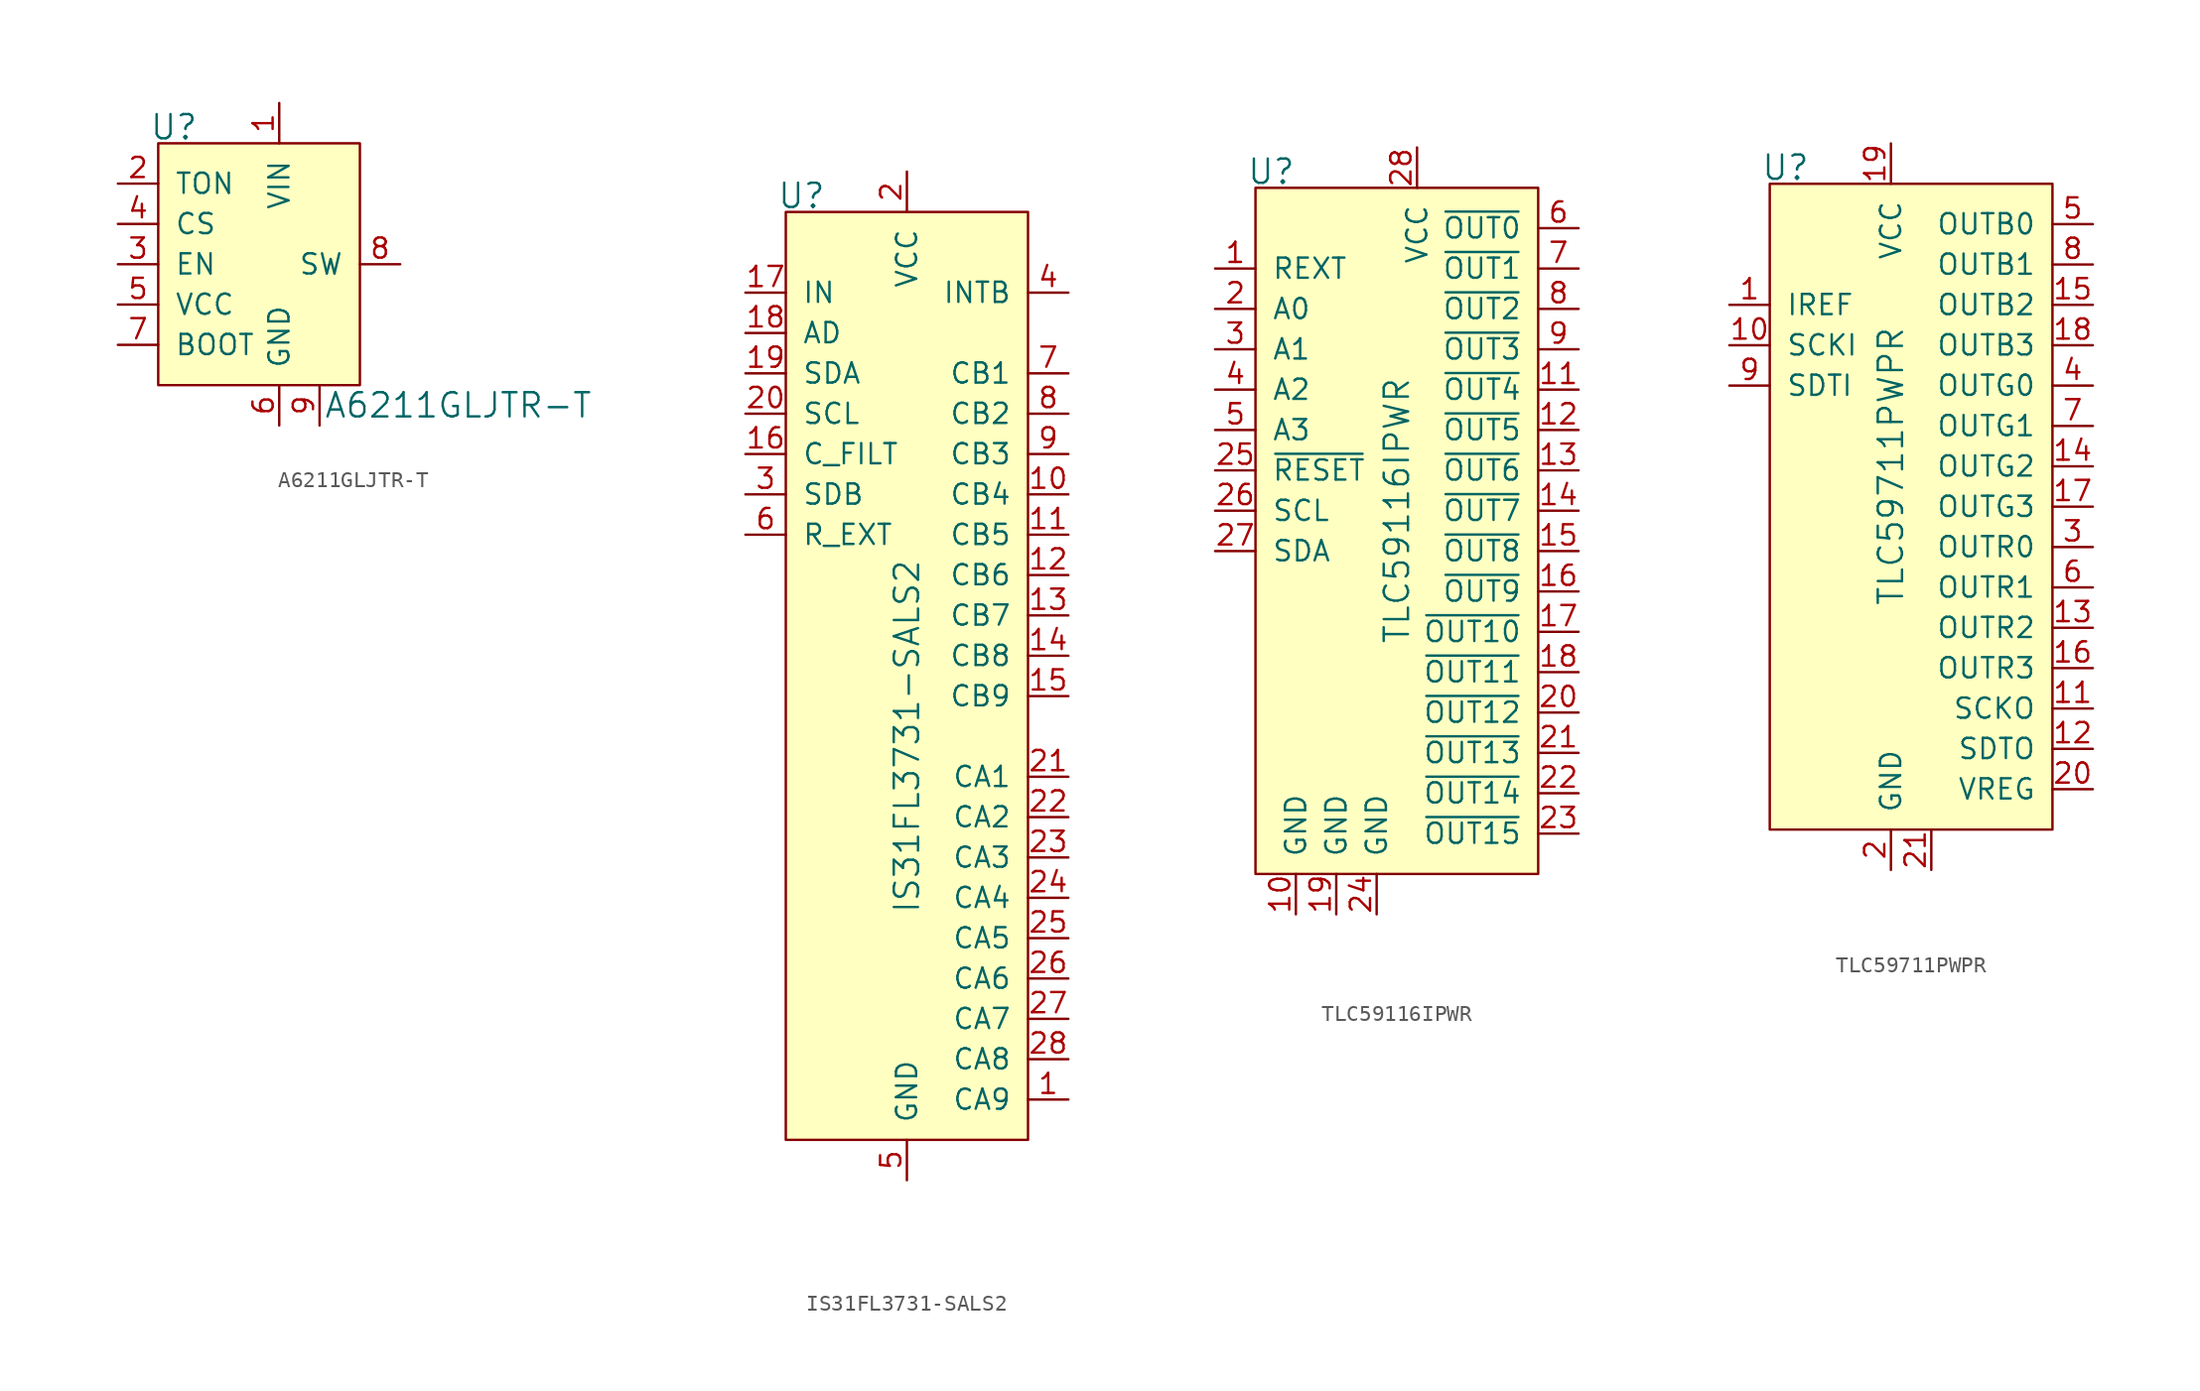
<source format=kicad_sym>
(kicad_symbol_lib
  (version 20211014)
  (generator kicad_symbol_editor)
  (symbol "A6211GLJTR-T"
    (pin_names
      (offset 1.016))
    (property "Reference" "U"
      (at -2.54 6.096 0)
      (effects (font (size 1.524 1.524)) (justify right)))
    (property "Value" "A6211GLJTR-T"
      (at 5.334 -11.43 0)
      (effects (font (size 1.524 1.524)) (justify left)))
    (symbol "A6211GLJTR-T_0_1"
      (rectangle (start -5.08 5.08) (end 7.62 -10.16) (stroke (width 0) (type default) (color 0 0 0 0)) (fill (type background))))
    (symbol "A6211GLJTR-T_1_1"
      (pin power_in line (at 2.54 7.62 270) (length 2.54) (name "VIN" (effects (font (size 1.27 1.27)))) (number "1" (effects (font (size 1.27 1.27)))))
      (pin passive line (at -7.62 2.54 0) (length 2.54) (name "TON" (effects (font (size 1.27 1.27)))) (number "2" (effects (font (size 1.27 1.27)))))
      (pin input line (at -7.62 -2.54 0) (length 2.54) (name "EN" (effects (font (size 1.27 1.27)))) (number "3" (effects (font (size 1.27 1.27)))))
      (pin input line (at -7.62 0 0) (length 2.54) (name "CS" (effects (font (size 1.27 1.27)))) (number "4" (effects (font (size 1.27 1.27)))))
      (pin passive line (at -7.62 -5.08 0) (length 2.54) (name "VCC" (effects (font (size 1.27 1.27)))) (number "5" (effects (font (size 1.27 1.27)))))
      (pin power_in line (at 2.54 -12.7 90) (length 2.54) (name "GND" (effects (font (size 1.27 1.27)))) (number "6" (effects (font (size 1.27 1.27)))))
      (pin passive line (at -7.62 -7.62 0) (length 2.54) (name "BOOT" (effects (font (size 1.27 1.27)))) (number "7" (effects (font (size 1.27 1.27)))))
      (pin output line (at 10.16 -2.54 180) (length 2.54) (name "SW" (effects (font (size 1.27 1.27)))) (number "8" (effects (font (size 1.27 1.27)))))
      (pin power_in line (at 5.08 -12.7 90) (length 2.54) (name "~" (effects (font (size 1.27 1.27)))) (number "9" (effects (font (size 1.27 1.27)))))))
  (symbol "IS31FL3731-SALS2"
    (pin_names
      (offset 1.016))
    (property "Reference" "U"
      (at -5.08 21.336 0)
      (effects (font (size 1.524 1.524)) (justify right)))
    (property "Value" "IS31FL3731-SALS2"
      (at 0 -12.7 90)
      (effects (font (size 1.524 1.524))))
    (symbol "IS31FL3731-SALS2_0_1"
      (rectangle (start -7.62 20.32) (end 7.62 -38.1) (stroke (width 0) (type default) (color 0 0 0 0)) (fill (type background))))
    (symbol "IS31FL3731-SALS2_1_1"
      (pin passive line (at 10.16 -35.56 180) (length 2.54) (name "CA9" (effects (font (size 1.27 1.27)))) (number "1" (effects (font (size 1.27 1.27)))))
      (pin passive line (at 10.16 2.54 180) (length 2.54) (name "CB4" (effects (font (size 1.27 1.27)))) (number "10" (effects (font (size 1.27 1.27)))))
      (pin passive line (at 10.16 0 180) (length 2.54) (name "CB5" (effects (font (size 1.27 1.27)))) (number "11" (effects (font (size 1.27 1.27)))))
      (pin passive line (at 10.16 -2.54 180) (length 2.54) (name "CB6" (effects (font (size 1.27 1.27)))) (number "12" (effects (font (size 1.27 1.27)))))
      (pin passive line (at 10.16 -5.08 180) (length 2.54) (name "CB7" (effects (font (size 1.27 1.27)))) (number "13" (effects (font (size 1.27 1.27)))))
      (pin passive line (at 10.16 -7.62 180) (length 2.54) (name "CB8" (effects (font (size 1.27 1.27)))) (number "14" (effects (font (size 1.27 1.27)))))
      (pin passive line (at 10.16 -10.16 180) (length 2.54) (name "CB9" (effects (font (size 1.27 1.27)))) (number "15" (effects (font (size 1.27 1.27)))))
      (pin passive line (at -10.16 5.08 0) (length 2.54) (name "C_FILT" (effects (font (size 1.27 1.27)))) (number "16" (effects (font (size 1.27 1.27)))))
      (pin input line (at -10.16 15.24 0) (length 2.54) (name "IN" (effects (font (size 1.27 1.27)))) (number "17" (effects (font (size 1.27 1.27)))))
      (pin input line (at -10.16 12.7 0) (length 2.54) (name "AD" (effects (font (size 1.27 1.27)))) (number "18" (effects (font (size 1.27 1.27)))))
      (pin bidirectional line (at -10.16 10.16 0) (length 2.54) (name "SDA" (effects (font (size 1.27 1.27)))) (number "19" (effects (font (size 1.27 1.27)))))
      (pin power_in line (at 0 22.86 270) (length 2.54) (name "VCC" (effects (font (size 1.27 1.27)))) (number "2" (effects (font (size 1.27 1.27)))))
      (pin input line (at -10.16 7.62 0) (length 2.54) (name "SCL" (effects (font (size 1.27 1.27)))) (number "20" (effects (font (size 1.27 1.27)))))
      (pin passive line (at 10.16 -15.24 180) (length 2.54) (name "CA1" (effects (font (size 1.27 1.27)))) (number "21" (effects (font (size 1.27 1.27)))))
      (pin passive line (at 10.16 -17.78 180) (length 2.54) (name "CA2" (effects (font (size 1.27 1.27)))) (number "22" (effects (font (size 1.27 1.27)))))
      (pin passive line (at 10.16 -20.32 180) (length 2.54) (name "CA3" (effects (font (size 1.27 1.27)))) (number "23" (effects (font (size 1.27 1.27)))))
      (pin passive line (at 10.16 -22.86 180) (length 2.54) (name "CA4" (effects (font (size 1.27 1.27)))) (number "24" (effects (font (size 1.27 1.27)))))
      (pin passive line (at 10.16 -25.4 180) (length 2.54) (name "CA5" (effects (font (size 1.27 1.27)))) (number "25" (effects (font (size 1.27 1.27)))))
      (pin passive line (at 10.16 -27.94 180) (length 2.54) (name "CA6" (effects (font (size 1.27 1.27)))) (number "26" (effects (font (size 1.27 1.27)))))
      (pin passive line (at 10.16 -30.48 180) (length 2.54) (name "CA7" (effects (font (size 1.27 1.27)))) (number "27" (effects (font (size 1.27 1.27)))))
      (pin passive line (at 10.16 -33.02 180) (length 2.54) (name "CA8" (effects (font (size 1.27 1.27)))) (number "28" (effects (font (size 1.27 1.27)))))
      (pin input line (at -10.16 2.54 0) (length 2.54) (name "SDB" (effects (font (size 1.27 1.27)))) (number "3" (effects (font (size 1.27 1.27)))))
      (pin input line (at 10.16 15.24 180) (length 2.54) (name "INTB" (effects (font (size 1.27 1.27)))) (number "4" (effects (font (size 1.27 1.27)))))
      (pin power_in line (at 0 -40.64 90) (length 2.54) (name "GND" (effects (font (size 1.27 1.27)))) (number "5" (effects (font (size 1.27 1.27)))))
      (pin passive line (at -10.16 0 0) (length 2.54) (name "R_EXT" (effects (font (size 1.27 1.27)))) (number "6" (effects (font (size 1.27 1.27)))))
      (pin passive line (at 10.16 10.16 180) (length 2.54) (name "CB1" (effects (font (size 1.27 1.27)))) (number "7" (effects (font (size 1.27 1.27)))))
      (pin passive line (at 10.16 7.62 180) (length 2.54) (name "CB2" (effects (font (size 1.27 1.27)))) (number "8" (effects (font (size 1.27 1.27)))))
      (pin passive line (at 10.16 5.08 180) (length 2.54) (name "CB3" (effects (font (size 1.27 1.27)))) (number "9" (effects (font (size 1.27 1.27)))))))
  (symbol "TLC59116IPWR"
    (pin_names
      (offset 1.016))
    (property "Reference" "U"
      (at -12.7 11.176 0)
      (effects (font (size 1.524 1.524)) (justify right)))
    (property "Value" "TLC59116IPWR"
      (at -6.35 -10.16 90)
      (effects (font (size 1.524 1.524))))
    (symbol "TLC59116IPWR_0_1"
      (rectangle (start -15.24 10.16) (end 2.54 -33.02) (stroke (width 0) (type default) (color 0 0 0 0)) (fill (type background))))
    (symbol "TLC59116IPWR_1_1"
      (pin passive line (at -17.78 5.08 0) (length 2.54) (name "REXT" (effects (font (size 1.27 1.27)))) (number "1" (effects (font (size 1.27 1.27)))))
      (pin power_in line (at -12.7 -35.56 90) (length 2.54) (name "GND" (effects (font (size 1.27 1.27)))) (number "10" (effects (font (size 1.27 1.27)))))
      (pin power_out line (at 5.08 -2.54 180) (length 2.54) (name "~{OUT4}" (effects (font (size 1.27 1.27)))) (number "11" (effects (font (size 1.27 1.27)))))
      (pin power_out line (at 5.08 -5.08 180) (length 2.54) (name "~{OUT5}" (effects (font (size 1.27 1.27)))) (number "12" (effects (font (size 1.27 1.27)))))
      (pin power_out line (at 5.08 -7.62 180) (length 2.54) (name "~{OUT6}" (effects (font (size 1.27 1.27)))) (number "13" (effects (font (size 1.27 1.27)))))
      (pin power_out line (at 5.08 -10.16 180) (length 2.54) (name "~{OUT7}" (effects (font (size 1.27 1.27)))) (number "14" (effects (font (size 1.27 1.27)))))
      (pin power_out line (at 5.08 -12.7 180) (length 2.54) (name "~{OUT8}" (effects (font (size 1.27 1.27)))) (number "15" (effects (font (size 1.27 1.27)))))
      (pin power_out line (at 5.08 -15.24 180) (length 2.54) (name "~{OUT9}" (effects (font (size 1.27 1.27)))) (number "16" (effects (font (size 1.27 1.27)))))
      (pin power_out line (at 5.08 -17.78 180) (length 2.54) (name "~{OUT10}" (effects (font (size 1.27 1.27)))) (number "17" (effects (font (size 1.27 1.27)))))
      (pin power_out line (at 5.08 -20.32 180) (length 2.54) (name "~{OUT11}" (effects (font (size 1.27 1.27)))) (number "18" (effects (font (size 1.27 1.27)))))
      (pin power_in line (at -10.16 -35.56 90) (length 2.54) (name "GND" (effects (font (size 1.27 1.27)))) (number "19" (effects (font (size 1.27 1.27)))))
      (pin input line (at -17.78 2.54 0) (length 2.54) (name "A0" (effects (font (size 1.27 1.27)))) (number "2" (effects (font (size 1.27 1.27)))))
      (pin power_out line (at 5.08 -22.86 180) (length 2.54) (name "~{OUT12}" (effects (font (size 1.27 1.27)))) (number "20" (effects (font (size 1.27 1.27)))))
      (pin power_out line (at 5.08 -25.4 180) (length 2.54) (name "~{OUT13}" (effects (font (size 1.27 1.27)))) (number "21" (effects (font (size 1.27 1.27)))))
      (pin power_out line (at 5.08 -27.94 180) (length 2.54) (name "~{OUT14}" (effects (font (size 1.27 1.27)))) (number "22" (effects (font (size 1.27 1.27)))))
      (pin power_out line (at 5.08 -30.48 180) (length 2.54) (name "~{OUT15}" (effects (font (size 1.27 1.27)))) (number "23" (effects (font (size 1.27 1.27)))))
      (pin power_in line (at -7.62 -35.56 90) (length 2.54) (name "GND" (effects (font (size 1.27 1.27)))) (number "24" (effects (font (size 1.27 1.27)))))
      (pin input line (at -17.78 -7.62 0) (length 2.54) (name "~{RESET}" (effects (font (size 1.27 1.27)))) (number "25" (effects (font (size 1.27 1.27)))))
      (pin input line (at -17.78 -10.16 0) (length 2.54) (name "SCL" (effects (font (size 1.27 1.27)))) (number "26" (effects (font (size 1.27 1.27)))))
      (pin bidirectional line (at -17.78 -12.7 0) (length 2.54) (name "SDA" (effects (font (size 1.27 1.27)))) (number "27" (effects (font (size 1.27 1.27)))))
      (pin power_in line (at -5.08 12.7 270) (length 2.54) (name "VCC" (effects (font (size 1.27 1.27)))) (number "28" (effects (font (size 1.27 1.27)))))
      (pin input line (at -17.78 0 0) (length 2.54) (name "A1" (effects (font (size 1.27 1.27)))) (number "3" (effects (font (size 1.27 1.27)))))
      (pin input line (at -17.78 -2.54 0) (length 2.54) (name "A2" (effects (font (size 1.27 1.27)))) (number "4" (effects (font (size 1.27 1.27)))))
      (pin input line (at -17.78 -5.08 0) (length 2.54) (name "A3" (effects (font (size 1.27 1.27)))) (number "5" (effects (font (size 1.27 1.27)))))
      (pin power_out line (at 5.08 7.62 180) (length 2.54) (name "~{OUT0}" (effects (font (size 1.27 1.27)))) (number "6" (effects (font (size 1.27 1.27)))))
      (pin power_out line (at 5.08 5.08 180) (length 2.54) (name "~{OUT1}" (effects (font (size 1.27 1.27)))) (number "7" (effects (font (size 1.27 1.27)))))
      (pin power_out line (at 5.08 2.54 180) (length 2.54) (name "~{OUT2}" (effects (font (size 1.27 1.27)))) (number "8" (effects (font (size 1.27 1.27)))))
      (pin power_out line (at 5.08 0 180) (length 2.54) (name "~{OUT3}" (effects (font (size 1.27 1.27)))) (number "9" (effects (font (size 1.27 1.27)))))))
  (symbol "TLC59711PWPR"
    (pin_names
      (offset 1.016))
    (property "Reference" "U"
      (at -5.08 11.176 0)
      (effects (font (size 1.524 1.524)) (justify right)))
    (property "Value" "TLC59711PWPR"
      (at 0 -7.62 90)
      (effects (font (size 1.524 1.524))))
    (symbol "TLC59711PWPR_0_1"
      (rectangle (start -7.62 10.16) (end 10.16 -30.48) (stroke (width 0) (type default) (color 0 0 0 0)) (fill (type background))))
    (symbol "TLC59711PWPR_1_1"
      (pin passive line (at -10.16 2.54 0) (length 2.54) (name "IREF" (effects (font (size 1.27 1.27)))) (number "1" (effects (font (size 1.27 1.27)))))
      (pin input line (at -10.16 0 0) (length 2.54) (name "SCKI" (effects (font (size 1.27 1.27)))) (number "10" (effects (font (size 1.27 1.27)))))
      (pin output line (at 12.7 -22.86 180) (length 2.54) (name "SCKO" (effects (font (size 1.27 1.27)))) (number "11" (effects (font (size 1.27 1.27)))))
      (pin output line (at 12.7 -25.4 180) (length 2.54) (name "SDTO" (effects (font (size 1.27 1.27)))) (number "12" (effects (font (size 1.27 1.27)))))
      (pin power_out line (at 12.7 -17.78 180) (length 2.54) (name "OUTR2" (effects (font (size 1.27 1.27)))) (number "13" (effects (font (size 1.27 1.27)))))
      (pin power_out line (at 12.7 -7.62 180) (length 2.54) (name "OUTG2" (effects (font (size 1.27 1.27)))) (number "14" (effects (font (size 1.27 1.27)))))
      (pin power_out line (at 12.7 2.54 180) (length 2.54) (name "OUTB2" (effects (font (size 1.27 1.27)))) (number "15" (effects (font (size 1.27 1.27)))))
      (pin power_out line (at 12.7 -20.32 180) (length 2.54) (name "OUTR3" (effects (font (size 1.27 1.27)))) (number "16" (effects (font (size 1.27 1.27)))))
      (pin power_out line (at 12.7 -10.16 180) (length 2.54) (name "OUTG3" (effects (font (size 1.27 1.27)))) (number "17" (effects (font (size 1.27 1.27)))))
      (pin power_out line (at 12.7 0 180) (length 2.54) (name "OUTB3" (effects (font (size 1.27 1.27)))) (number "18" (effects (font (size 1.27 1.27)))))
      (pin power_in line (at 0 12.7 270) (length 2.54) (name "VCC" (effects (font (size 1.27 1.27)))) (number "19" (effects (font (size 1.27 1.27)))))
      (pin power_in line (at 0 -33.02 90) (length 2.54) (name "GND" (effects (font (size 1.27 1.27)))) (number "2" (effects (font (size 1.27 1.27)))))
      (pin power_out line (at 12.7 -27.94 180) (length 2.54) (name "VREG" (effects (font (size 1.27 1.27)))) (number "20" (effects (font (size 1.27 1.27)))))
      (pin power_in line (at 2.54 -33.02 90) (length 2.54) (name "~" (effects (font (size 1.27 1.27)))) (number "21" (effects (font (size 1.27 1.27)))))
      (pin power_out line (at 12.7 -12.7 180) (length 2.54) (name "OUTR0" (effects (font (size 1.27 1.27)))) (number "3" (effects (font (size 1.27 1.27)))))
      (pin power_out line (at 12.7 -2.54 180) (length 2.54) (name "OUTG0" (effects (font (size 1.27 1.27)))) (number "4" (effects (font (size 1.27 1.27)))))
      (pin power_out line (at 12.7 7.62 180) (length 2.54) (name "OUTB0" (effects (font (size 1.27 1.27)))) (number "5" (effects (font (size 1.27 1.27)))))
      (pin power_out line (at 12.7 -15.24 180) (length 2.54) (name "OUTR1" (effects (font (size 1.27 1.27)))) (number "6" (effects (font (size 1.27 1.27)))))
      (pin power_out line (at 12.7 -5.08 180) (length 2.54) (name "OUTG1" (effects (font (size 1.27 1.27)))) (number "7" (effects (font (size 1.27 1.27)))))
      (pin power_out line (at 12.7 5.08 180) (length 2.54) (name "OUTB1" (effects (font (size 1.27 1.27)))) (number "8" (effects (font (size 1.27 1.27)))))
      (pin input line (at -10.16 -2.54 0) (length 2.54) (name "SDTI" (effects (font (size 1.27 1.27)))) (number "9" (effects (font (size 1.27 1.27))))))))
</source>
